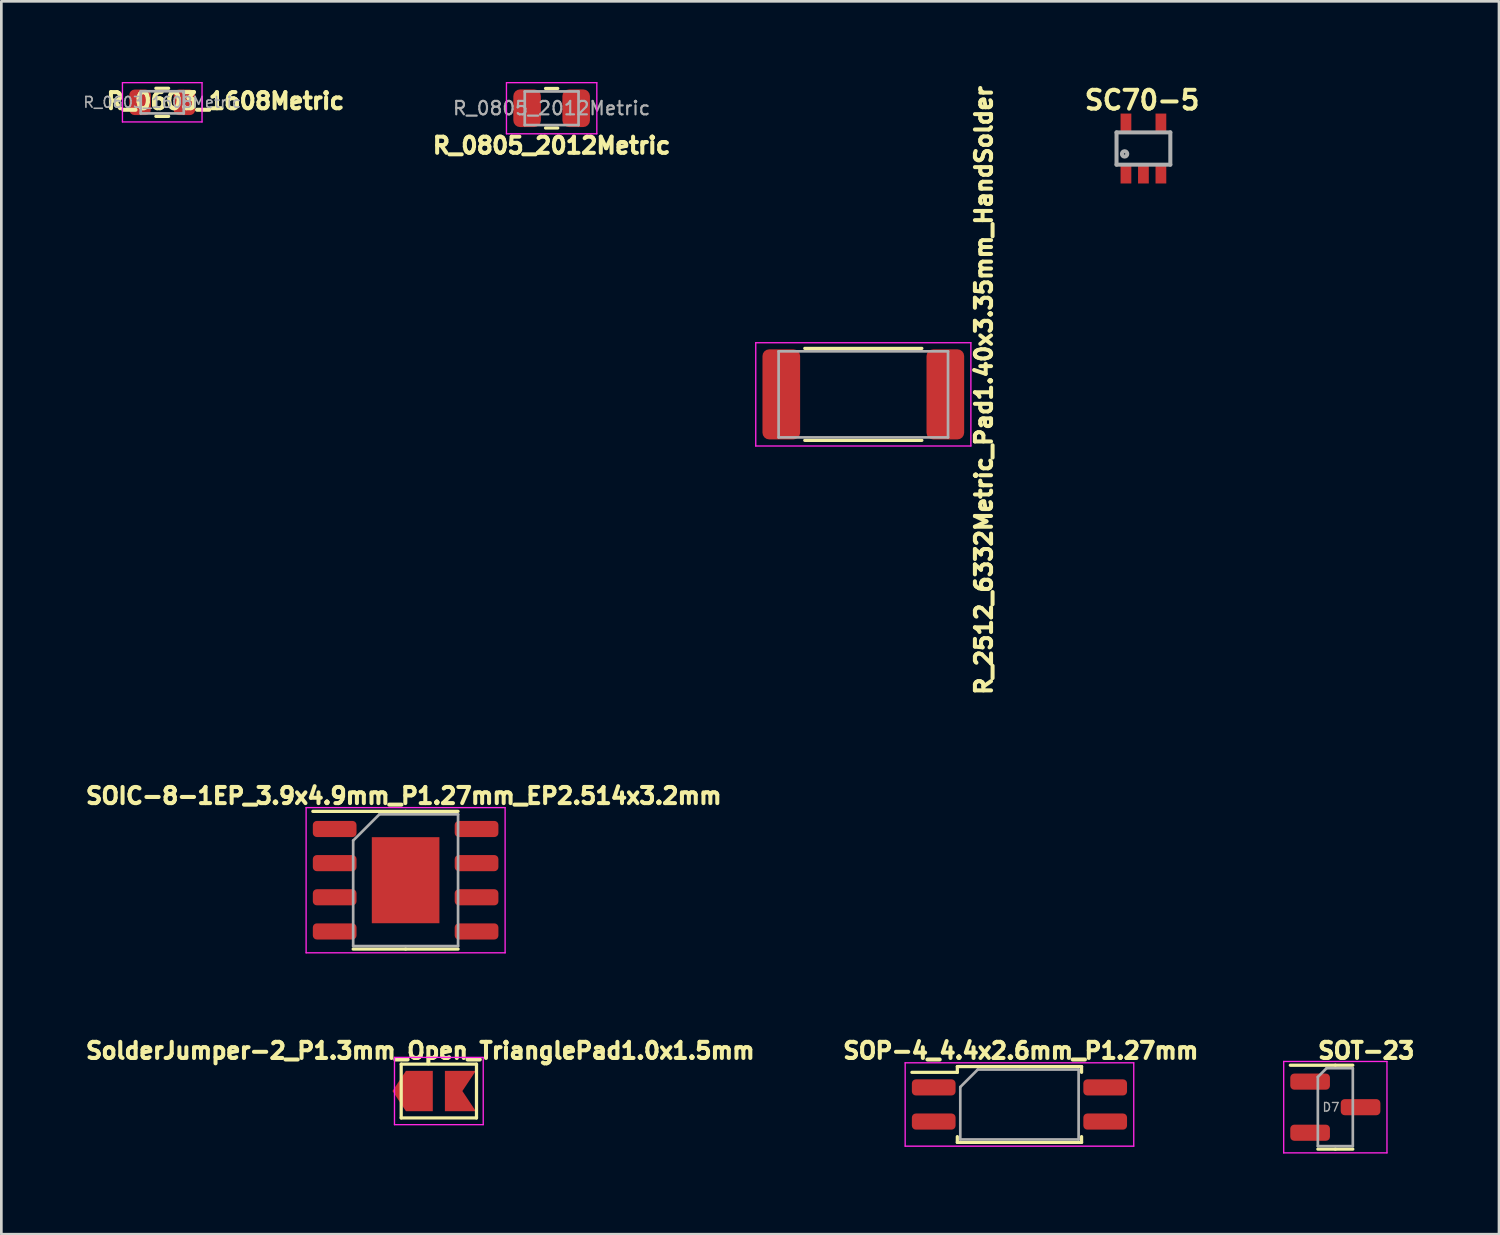
<source format=kicad_pcb>
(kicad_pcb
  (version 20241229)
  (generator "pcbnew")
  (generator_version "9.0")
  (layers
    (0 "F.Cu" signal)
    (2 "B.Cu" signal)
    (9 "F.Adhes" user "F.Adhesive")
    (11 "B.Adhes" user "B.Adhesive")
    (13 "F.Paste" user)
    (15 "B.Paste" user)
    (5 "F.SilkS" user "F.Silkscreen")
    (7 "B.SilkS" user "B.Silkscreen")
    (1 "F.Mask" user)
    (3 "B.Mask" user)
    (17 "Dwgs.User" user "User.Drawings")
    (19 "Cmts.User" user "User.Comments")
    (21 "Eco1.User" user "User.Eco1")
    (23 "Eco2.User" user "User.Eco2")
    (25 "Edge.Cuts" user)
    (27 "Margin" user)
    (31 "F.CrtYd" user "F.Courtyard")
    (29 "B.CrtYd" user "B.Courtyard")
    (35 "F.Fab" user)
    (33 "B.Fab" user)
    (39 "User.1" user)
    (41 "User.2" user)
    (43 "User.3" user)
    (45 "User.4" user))
  (footprint "R_0805_2012Metric"
    (layer "F.Cu")
    (at 17.463 0.975)
    (property "Reference" "R_0805_2012Metric" (at 0 1.387 0) (layer "F.SilkS") (effects (font (size 0.6 0.6) (thickness 0.15))))
    (attr smd)
    (fp_line (start -0.227 -0.735) (end 0.227 -0.735) (stroke (width 0.12) (type solid)) (layer "F.SilkS"))
    (fp_line (start -0.227 0.735) (end 0.227 0.735) (stroke (width 0.12) (type solid)) (layer "F.SilkS"))
    (fp_line (start -1.68 -0.95) (end 1.68 -0.95) (stroke (width 0.05) (type solid)) (layer "F.CrtYd"))
    (fp_line (start -1.68 0.95) (end -1.68 -0.95) (stroke (width 0.05) (type solid)) (layer "F.CrtYd"))
    (fp_line (start 1.68 -0.95) (end 1.68 0.95) (stroke (width 0.05) (type solid)) (layer "F.CrtYd"))
    (fp_line (start 1.68 0.95) (end -1.68 0.95) (stroke (width 0.05) (type solid)) (layer "F.CrtYd"))
    (fp_line (start -1 -0.625) (end 1 -0.625) (stroke (width 0.1) (type solid)) (layer "F.Fab"))
    (fp_line (start -1 0.625) (end -1 -0.625) (stroke (width 0.1) (type solid)) (layer "F.Fab"))
    (fp_line (start 1 -0.625) (end 1 0.625) (stroke (width 0.1) (type solid)) (layer "F.Fab"))
    (fp_line (start 1 0.625) (end -1 0.625) (stroke (width 0.1) (type solid)) (layer "F.Fab"))
    (fp_text user "${REFERENCE}" (at 0 0 0) (layer "F.Fab") (effects (font (size 0.5 0.5) (thickness 0.08))))
    (pad "1" smd roundrect (at -0.912 0 180) (size 1.025 1.4) (layers "F.Cu" "F.Mask" "F.Paste") (roundrect_rratio 0.244))
    (pad "2" smd roundrect (at 0.912 0 180) (size 1.025 1.4) (layers "F.Cu" "F.Mask" "F.Paste") (roundrect_rratio 0.244)))
  (footprint "R_2512_6332Metric_Pad1.40x3.35mm_HandSolder"
    (layer "F.Cu")
    (at 29.053 11.615)
    (property "Reference" "R_2512_6332Metric_Pad1.40x3.35mm_HandSolder" (at 4.48 -0.15 90) (layer "F.SilkS") (effects (font (size 0.6 0.6) (thickness 0.15))))
    (attr smd)
    (fp_line (start -2.177 -1.71) (end 2.177 -1.71) (stroke (width 0.12) (type solid)) (layer "F.SilkS"))
    (fp_line (start -2.177 1.71) (end 2.177 1.71) (stroke (width 0.12) (type solid)) (layer "F.SilkS"))
    (fp_line (start -4 -1.92) (end 4 -1.92) (stroke (width 0.05) (type solid)) (layer "F.CrtYd"))
    (fp_line (start -4 1.92) (end -4 -1.92) (stroke (width 0.05) (type solid)) (layer "F.CrtYd"))
    (fp_line (start 4 -1.92) (end 4 1.92) (stroke (width 0.05) (type solid)) (layer "F.CrtYd"))
    (fp_line (start 4 1.92) (end -4 1.92) (stroke (width 0.05) (type solid)) (layer "F.CrtYd"))
    (fp_line (start -3.15 -1.6) (end 3.15 -1.6) (stroke (width 0.1) (type solid)) (layer "F.Fab"))
    (fp_line (start -3.15 1.6) (end -3.15 -1.6) (stroke (width 0.1) (type solid)) (layer "F.Fab"))
    (fp_line (start 3.15 -1.6) (end 3.15 1.6) (stroke (width 0.1) (type solid)) (layer "F.Fab"))
    (fp_line (start 3.15 1.6) (end -3.15 1.6) (stroke (width 0.1) (type solid)) (layer "F.Fab"))
    (pad "1" smd roundrect (at -3.05 0 180) (size 1.4 3.35) (layers "F.Cu" "F.Mask" "F.Paste") (roundrect_rratio 0.179))
    (pad "2" smd roundrect (at 3.05 0 180) (size 1.4 3.35) (layers "F.Cu" "F.Mask" "F.Paste") (roundrect_rratio 0.179)))
  (footprint "SolderJumper-2_P1.3mm_Open_TrianglePad1.0x1.5mm"
    (layer "F.Cu")
    (at 13.269 37.521)
    (property "Reference" "SolderJumper-2_P1.3mm_Open_TrianglePad1.0x1.5mm" (at -0.69 -1.5 0) (layer "F.SilkS") (effects (font (size 0.6 0.6) (thickness 0.15))))
    (attr exclude_from_pos_files exclude_from_bom)
    (fp_line (start -1.4 -1) (end 1.4 -1) (stroke (width 0.12) (type solid)) (layer "F.SilkS"))
    (fp_line (start -1.4 1) (end -1.4 -1) (stroke (width 0.12) (type solid)) (layer "F.SilkS"))
    (fp_line (start 1.4 -1) (end 1.4 1) (stroke (width 0.12) (type solid)) (layer "F.SilkS"))
    (fp_line (start 1.4 1) (end -1.4 1) (stroke (width 0.12) (type solid)) (layer "F.SilkS"))
    (fp_line (start -1.65 -1.25) (end -1.65 1.25) (stroke (width 0.05) (type solid)) (layer "F.CrtYd"))
    (fp_line (start -1.65 -1.25) (end 1.65 -1.25) (stroke (width 0.05) (type solid)) (layer "F.CrtYd"))
    (fp_line (start 1.65 1.25) (end -1.65 1.25) (stroke (width 0.05) (type solid)) (layer "F.CrtYd"))
    (fp_line (start 1.65 1.25) (end 1.65 -1.25) (stroke (width 0.05) (type solid)) (layer "F.CrtYd"))
    (pad "1" smd custom (at -0.725 0 180) (size 0.3 0.3) (layers "F.Cu" "F.Mask") (options (anchor rect)) (primitives (gr_poly (pts (xy 1 0) (xy 0.5 0.75) (xy -0.5 0.75) (xy -0.5 -0.75) (xy 0.5 -0.75)) (width 0) (fill yes))))
    (pad "2" smd custom (at 0.725 0 180) (size 0.3 0.3) (layers "F.Cu" "F.Mask") (options (anchor rect)) (primitives (gr_poly (pts (xy 0.5 0.75) (xy -0.65 0.75) (xy -0.15 0) (xy -0.65 -0.75) (xy 0.5 -0.75)) (width 0) (fill yes)))))
  (footprint "SOIC-8-1EP_3.9x4.9mm_P1.27mm_EP2.514x3.2mm"
    (layer "F.Cu")
    (at 12.033 29.681)
    (property "Reference" "SOIC-8-1EP_3.9x4.9mm_P1.27mm_EP2.514x3.2mm" (at -0.068 -3.137 0) (layer "F.SilkS") (effects (font (size 0.6 0.6) (thickness 0.15))))
    (attr smd)
    (fp_line (start 0 -2.56) (end -3.45 -2.56) (stroke (width 0.12) (type solid)) (layer "F.SilkS"))
    (fp_line (start 0 -2.56) (end 1.95 -2.56) (stroke (width 0.12) (type solid)) (layer "F.SilkS"))
    (fp_line (start 0 2.56) (end -1.95 2.56) (stroke (width 0.12) (type solid)) (layer "F.SilkS"))
    (fp_line (start 0 2.56) (end 1.95 2.56) (stroke (width 0.12) (type solid)) (layer "F.SilkS"))
    (fp_line (start -3.7 -2.7) (end -3.7 2.7) (stroke (width 0.05) (type solid)) (layer "F.CrtYd"))
    (fp_line (start -3.7 2.7) (end 3.7 2.7) (stroke (width 0.05) (type solid)) (layer "F.CrtYd"))
    (fp_line (start 3.7 -2.7) (end -3.7 -2.7) (stroke (width 0.05) (type solid)) (layer "F.CrtYd"))
    (fp_line (start 3.7 2.7) (end 3.7 -2.7) (stroke (width 0.05) (type solid)) (layer "F.CrtYd"))
    (fp_line (start -1.95 -1.475) (end -0.975 -2.45) (stroke (width 0.1) (type solid)) (layer "F.Fab"))
    (fp_line (start -1.95 2.45) (end -1.95 -1.475) (stroke (width 0.1) (type solid)) (layer "F.Fab"))
    (fp_line (start -0.975 -2.45) (end 1.95 -2.45) (stroke (width 0.1) (type solid)) (layer "F.Fab"))
    (fp_line (start 1.95 -2.45) (end 1.95 2.45) (stroke (width 0.1) (type solid)) (layer "F.Fab"))
    (fp_line (start 1.95 2.45) (end -1.95 2.45) (stroke (width 0.1) (type solid)) (layer "F.Fab"))
    (pad "" smd roundrect (at -0.63 -0.8 180) (size 1.01 1.29) (layers "F.Paste") (roundrect_rratio 0.248))
    (pad "" smd roundrect (at -0.63 0.8 180) (size 1.01 1.29) (layers "F.Paste") (roundrect_rratio 0.248))
    (pad "" smd roundrect (at 0.63 -0.8 180) (size 1.01 1.29) (layers "F.Paste") (roundrect_rratio 0.248))
    (pad "" smd roundrect (at 0.63 0.8 180) (size 1.01 1.29) (layers "F.Paste") (roundrect_rratio 0.248))
    (pad "2" smd roundrect (at -2.638 -0.635 180) (size 1.625 0.6) (layers "F.Cu" "F.Mask" "F.Paste") (roundrect_rratio 0.25))
    (pad "3" smd roundrect (at -2.638 0.635 180) (size 1.625 0.6) (layers "F.Cu" "F.Mask" "F.Paste") (roundrect_rratio 0.25))
    (pad "4" smd roundrect (at -2.638 1.905 180) (size 1.625 0.6) (layers "F.Cu" "F.Mask" "F.Paste") (roundrect_rratio 0.25))
    (pad "5" smd roundrect (at 2.638 1.905 180) (size 1.625 0.6) (layers "F.Cu" "F.Mask" "F.Paste") (roundrect_rratio 0.25))
    (pad "6" smd roundrect (at 2.638 0.635 180) (size 1.625 0.6) (layers "F.Cu" "F.Mask" "F.Paste") (roundrect_rratio 0.25))
    (pad "7" smd roundrect (at 2.638 -0.635 180) (size 1.625 0.6) (layers "F.Cu" "F.Mask" "F.Paste") (roundrect_rratio 0.25))
    (pad "8" smd roundrect (at 2.638 -1.905 180) (size 1.625 0.6) (layers "F.Cu" "F.Mask" "F.Paste") (roundrect_rratio 0.25))
    (pad "9" smd rect (at 0 0 180) (size 2.514 3.2) (layers "F.Cu" "F.Mask"))
    (pad "SW" smd roundrect (at -2.638 -1.905 180) (size 1.625 0.6) (layers "F.Cu" "F.Mask" "F.Paste") (roundrect_rratio 0.25)))
  (footprint "SOT-23"
    (layer "F.Cu")
    (at 46.605 38.121)
    (property "Reference" "SOT-23" (at 1.15 -2.1 0) (layer "F.SilkS") (effects (font (size 0.6 0.6) (thickness 0.15))))
    (attr smd)
    (fp_line (start 0 -1.56) (end -1.675 -1.56) (stroke (width 0.12) (type solid)) (layer "F.SilkS"))
    (fp_line (start 0 -1.56) (end 0.65 -1.56) (stroke (width 0.12) (type solid)) (layer "F.SilkS"))
    (fp_line (start 0 1.56) (end -0.65 1.56) (stroke (width 0.12) (type solid)) (layer "F.SilkS"))
    (fp_line (start 0 1.56) (end 0.65 1.56) (stroke (width 0.12) (type solid)) (layer "F.SilkS"))
    (fp_line (start -1.92 -1.7) (end -1.92 1.7) (stroke (width 0.05) (type solid)) (layer "F.CrtYd"))
    (fp_line (start -1.92 1.7) (end 1.92 1.7) (stroke (width 0.05) (type solid)) (layer "F.CrtYd"))
    (fp_line (start 1.92 -1.7) (end -1.92 -1.7) (stroke (width 0.05) (type solid)) (layer "F.CrtYd"))
    (fp_line (start 1.92 1.7) (end 1.92 -1.7) (stroke (width 0.05) (type solid)) (layer "F.CrtYd"))
    (fp_line (start -0.65 -1.125) (end -0.325 -1.45) (stroke (width 0.1) (type solid)) (layer "F.Fab"))
    (fp_line (start -0.65 1.45) (end -0.65 -1.125) (stroke (width 0.1) (type solid)) (layer "F.Fab"))
    (fp_line (start -0.325 -1.45) (end 0.65 -1.45) (stroke (width 0.1) (type solid)) (layer "F.Fab"))
    (fp_line (start 0.65 -1.45) (end 0.65 1.45) (stroke (width 0.1) (type solid)) (layer "F.Fab"))
    (fp_line (start 0.65 1.45) (end -0.65 1.45) (stroke (width 0.1) (type solid)) (layer "F.Fab"))
    (fp_text user "D7" (at -0.163 0 0) (layer "F.Fab") (effects (font (size 0.32 0.32) (thickness 0.05))))
    (pad "2" smd roundrect (at -0.938 0.95 180) (size 1.475 0.6) (layers "F.Cu" "F.Mask" "F.Paste") (roundrect_rratio 0.25))
    (pad "A" smd roundrect (at -0.938 -0.95 180) (size 1.475 0.6) (layers "F.Cu" "F.Mask" "F.Paste") (roundrect_rratio 0.25))
    (pad "C" smd roundrect (at 0.938 0 180) (size 1.475 0.6) (layers "F.Cu" "F.Mask" "F.Paste") (roundrect_rratio 0.25)))
  (footprint "SOP-4_4.4x2.6mm_P1.27mm"
    (layer "F.Cu")
    (at 34.859 38.021)
    (property "Reference" "SOP-4_4.4x2.6mm_P1.27mm" (at 0.05 -2 0) (layer "F.SilkS") (effects (font (size 0.6 0.6) (thickness 0.15))))
    (attr smd)
    (fp_line (start -2.31 -1.41) (end -2.31 -1.195) (stroke (width 0.12) (type solid)) (layer "F.SilkS"))
    (fp_line (start -2.31 -1.195) (end -4 -1.195) (stroke (width 0.12) (type solid)) (layer "F.SilkS"))
    (fp_line (start -2.31 1.41) (end -2.31 1.195) (stroke (width 0.12) (type solid)) (layer "F.SilkS"))
    (fp_line (start 0 -1.41) (end -2.31 -1.41) (stroke (width 0.12) (type solid)) (layer "F.SilkS"))
    (fp_line (start 0 -1.41) (end 2.31 -1.41) (stroke (width 0.12) (type solid)) (layer "F.SilkS"))
    (fp_line (start 0 1.41) (end -2.31 1.41) (stroke (width 0.12) (type solid)) (layer "F.SilkS"))
    (fp_line (start 0 1.41) (end 2.31 1.41) (stroke (width 0.12) (type solid)) (layer "F.SilkS"))
    (fp_line (start 2.31 -1.41) (end 2.31 -1.195) (stroke (width 0.12) (type solid)) (layer "F.SilkS"))
    (fp_line (start 2.31 1.41) (end 2.31 1.195) (stroke (width 0.12) (type solid)) (layer "F.SilkS"))
    (fp_line (start -4.25 -1.55) (end -4.25 1.55) (stroke (width 0.05) (type solid)) (layer "F.CrtYd"))
    (fp_line (start -4.25 1.55) (end 4.25 1.55) (stroke (width 0.05) (type solid)) (layer "F.CrtYd"))
    (fp_line (start 4.25 -1.55) (end -4.25 -1.55) (stroke (width 0.05) (type solid)) (layer "F.CrtYd"))
    (fp_line (start 4.25 1.55) (end 4.25 -1.55) (stroke (width 0.05) (type solid)) (layer "F.CrtYd"))
    (fp_line (start -2.2 -0.65) (end -1.55 -1.3) (stroke (width 0.1) (type solid)) (layer "F.Fab"))
    (fp_line (start -2.2 1.3) (end -2.2 -0.65) (stroke (width 0.1) (type solid)) (layer "F.Fab"))
    (fp_line (start -1.55 -1.3) (end 2.2 -1.3) (stroke (width 0.1) (type solid)) (layer "F.Fab"))
    (fp_line (start 2.2 -1.3) (end 2.2 1.3) (stroke (width 0.1) (type solid)) (layer "F.Fab"))
    (fp_line (start 2.2 1.3) (end -2.2 1.3) (stroke (width 0.1) (type solid)) (layer "F.Fab"))
    (pad "A" smd roundrect (at -3.188 -0.635 180) (size 1.625 0.6) (layers "F.Cu" "F.Mask" "F.Paste") (roundrect_rratio 0.25))
    (pad "C" smd roundrect (at -3.188 0.635 180) (size 1.625 0.6) (layers "F.Cu" "F.Mask" "F.Paste") (roundrect_rratio 0.25))
    (pad "C" smd roundrect (at 3.188 -0.635 180) (size 1.625 0.6) (layers "F.Cu" "F.Mask" "F.Paste") (roundrect_rratio 0.25))
    (pad "E" smd roundrect (at 3.188 0.635 180) (size 1.625 0.6) (layers "F.Cu" "F.Mask" "F.Paste") (roundrect_rratio 0.25)))
  (footprint "R_0603_1608Metric"
    (layer "F.Cu")
    (at 2.983 0.755)
    (property "Reference" "R_0603_1608Metric" (at 2.35 -0.05 0) (layer "F.SilkS") (effects (font (size 0.6 0.6) (thickness 0.15))))
    (attr smd)
    (fp_line (start -0.237 -0.522) (end 0.237 -0.522) (stroke (width 0.12) (type solid)) (layer "F.SilkS"))
    (fp_line (start -0.237 0.522) (end 0.237 0.522) (stroke (width 0.12) (type solid)) (layer "F.SilkS"))
    (fp_line (start -1.48 -0.73) (end 1.48 -0.73) (stroke (width 0.05) (type solid)) (layer "F.CrtYd"))
    (fp_line (start -1.48 0.73) (end -1.48 -0.73) (stroke (width 0.05) (type solid)) (layer "F.CrtYd"))
    (fp_line (start 1.48 -0.73) (end 1.48 0.73) (stroke (width 0.05) (type solid)) (layer "F.CrtYd"))
    (fp_line (start 1.48 0.73) (end -1.48 0.73) (stroke (width 0.05) (type solid)) (layer "F.CrtYd"))
    (fp_line (start -0.8 -0.412) (end 0.8 -0.412) (stroke (width 0.1) (type solid)) (layer "F.Fab"))
    (fp_line (start -0.8 0.412) (end -0.8 -0.412) (stroke (width 0.1) (type solid)) (layer "F.Fab"))
    (fp_line (start 0.8 -0.412) (end 0.8 0.412) (stroke (width 0.1) (type solid)) (layer "F.Fab"))
    (fp_line (start 0.8 0.412) (end -0.8 0.412) (stroke (width 0.1) (type solid)) (layer "F.Fab"))
    (fp_text user "${REFERENCE}" (at 0 0 0) (layer "F.Fab") (effects (font (size 0.4 0.4) (thickness 0.06))))
    (pad "1" smd roundrect (at -0.825 0 180) (size 0.8 0.95) (layers "F.Cu" "F.Mask" "F.Paste") (roundrect_rratio 0.25))
    (pad "2" smd roundrect (at 0.825 0 180) (size 0.8 0.95) (layers "F.Cu" "F.Mask" "F.Paste") (roundrect_rratio 0.25)))
  (footprint "SC70-5"
    (layer "F.Cu")
    (at 39.469 2.473)
    (property "Reference" "SC70-5" (at -0.05 -1.8 180) (layer "F.SilkS") (effects (font (size 0.7 0.7) (thickness 0.15))))
    (attr smd)
    (fp_line (start -1 -0.6) (end 1 -0.6) (stroke (width 0.15) (type solid)) (layer "F.Fab"))
    (fp_line (start -1 0.6) (end -1 -0.6) (stroke (width 0.15) (type solid)) (layer "F.Fab"))
    (fp_line (start 1 -0.6) (end 1 0.6) (stroke (width 0.15) (type solid)) (layer "F.Fab"))
    (fp_line (start 1 0.6) (end -1 0.6) (stroke (width 0.15) (type solid)) (layer "F.Fab"))
    (fp_circle (center -0.7 0.2) (end -0.7 0.3) (stroke (width 0.15) (type solid)) (fill no) (layer "F.Fab"))
    (pad "G" smd rect (at -0.65 -0.95) (size 0.4 0.7) (layers "F.Cu" "F.Mask" "F.Paste"))
    (pad "G" smd rect (at 0 0.95) (size 0.4 0.7) (layers "F.Cu" "F.Mask" "F.Paste"))
    (pad "NC" smd rect (at -0.65 0.95) (size 0.4 0.7) (layers "F.Cu" "F.Mask" "F.Paste"))
    (pad "OUT" smd rect (at 0.65 0.95) (size 0.4 0.7) (layers "F.Cu" "F.Mask" "F.Paste"))
    (pad "VCC" smd rect (at 0.65 -0.95) (size 0.4 0.7) (layers "F.Cu" "F.Mask" "F.Paste")))
  (gr_rect
    (start -3 -3)
    (end 52.691 42.846)
    (stroke (width 0.1) (type default))
    (fill no)
    (layer "Edge.Cuts")))
</source>
